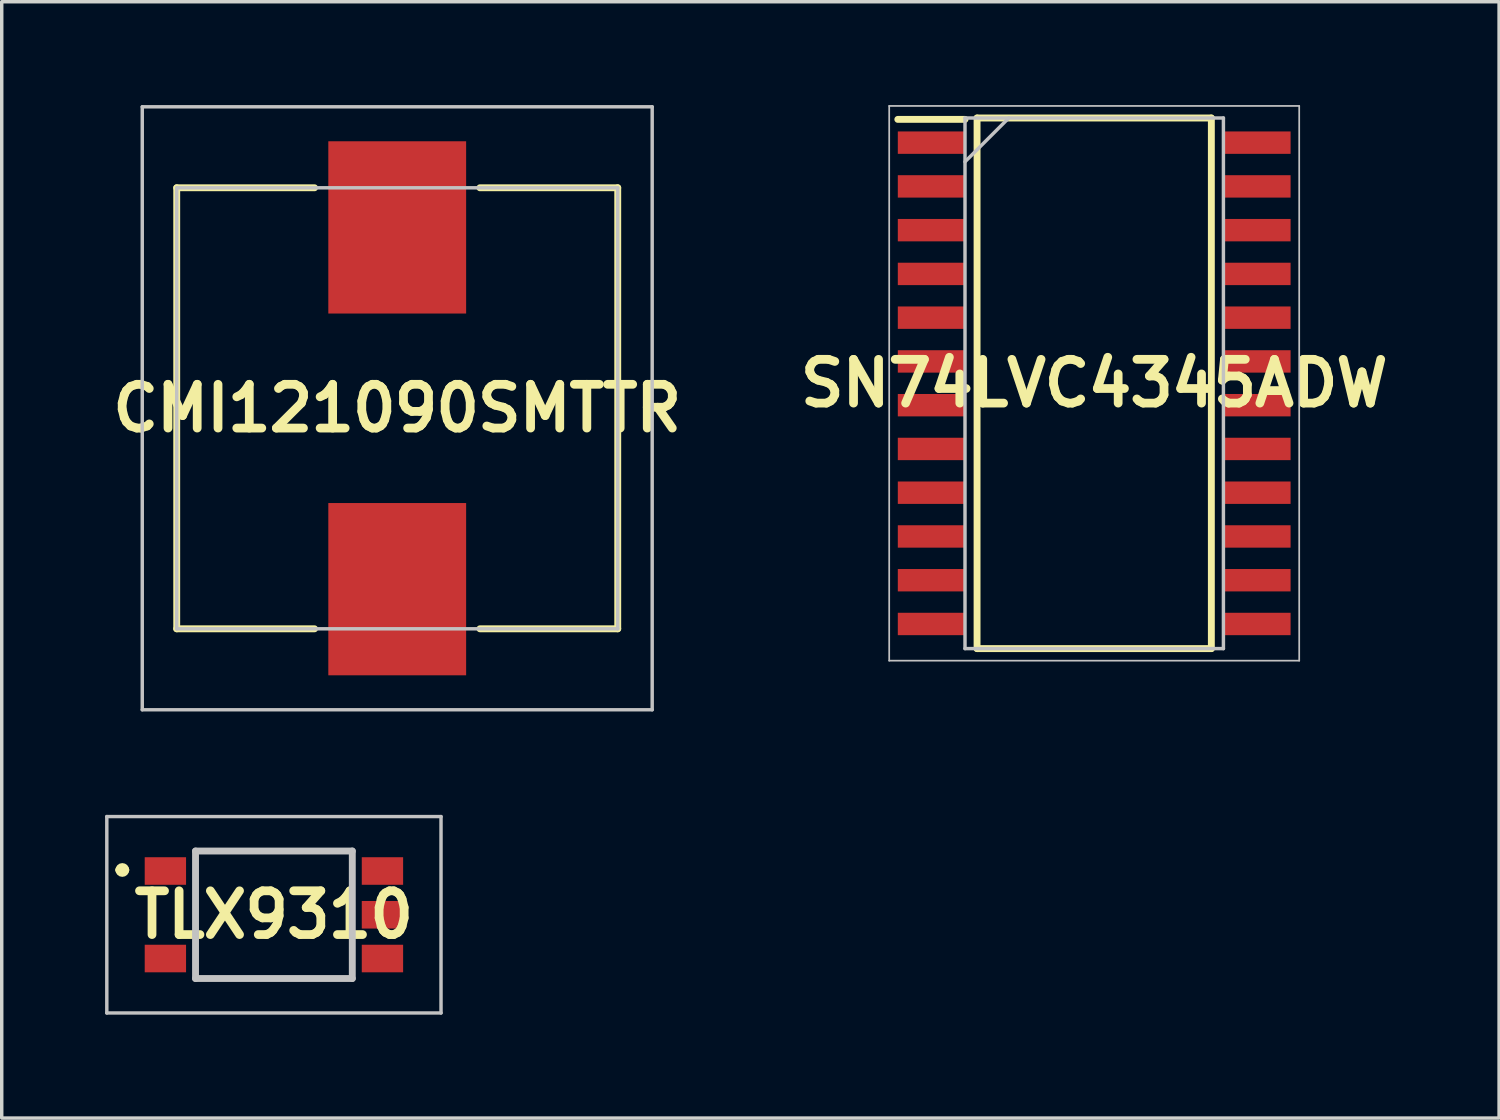
<source format=kicad_pcb>
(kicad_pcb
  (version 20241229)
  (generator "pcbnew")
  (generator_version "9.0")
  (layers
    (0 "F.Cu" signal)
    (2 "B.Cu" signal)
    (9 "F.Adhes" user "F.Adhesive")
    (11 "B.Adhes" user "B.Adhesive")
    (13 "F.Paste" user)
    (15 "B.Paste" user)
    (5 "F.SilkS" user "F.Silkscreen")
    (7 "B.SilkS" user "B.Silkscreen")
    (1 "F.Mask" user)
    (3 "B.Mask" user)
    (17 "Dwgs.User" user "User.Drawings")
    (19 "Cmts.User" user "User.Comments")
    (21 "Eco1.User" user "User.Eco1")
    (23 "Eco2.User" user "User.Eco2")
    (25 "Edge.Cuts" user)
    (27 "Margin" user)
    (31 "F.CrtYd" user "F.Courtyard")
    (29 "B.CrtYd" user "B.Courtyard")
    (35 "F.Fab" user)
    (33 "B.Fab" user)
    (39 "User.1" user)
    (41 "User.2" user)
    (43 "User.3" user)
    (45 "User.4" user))
  (footprint "CMI121090SMTTR"
    (layer "F.Cu")
    (at 8.479 8.8)
    (property "Reference" "CMI121090SMTTR" (at 0 0 0) (layer "F.SilkS") (effects (font (size 1.27 1.27) (thickness 0.254))))
    (attr smd)
    (fp_line (start -6.4 -6.4) (end -6.4 6.4) (stroke (width 0.2) (type solid)) (layer "F.SilkS"))
    (fp_line (start -6.4 6.4) (end -2.4 6.4) (stroke (width 0.2) (type solid)) (layer "F.SilkS"))
    (fp_line (start -2.4 -6.4) (end -6.4 -6.4) (stroke (width 0.2) (type solid)) (layer "F.SilkS"))
    (fp_line (start 2.4 6.4) (end 6.4 6.4) (stroke (width 0.2) (type solid)) (layer "F.SilkS"))
    (fp_line (start 6.4 -6.4) (end 2.4 -6.4) (stroke (width 0.2) (type solid)) (layer "F.SilkS"))
    (fp_line (start 6.4 6.4) (end 6.4 -6.4) (stroke (width 0.2) (type solid)) (layer "F.SilkS"))
    (fp_line (start -7.4 -8.75) (end 7.4 -8.75) (stroke (width 0.1) (type solid)) (layer "Dwgs.User"))
    (fp_line (start -7.4 8.75) (end -7.4 -8.75) (stroke (width 0.1) (type solid)) (layer "Dwgs.User"))
    (fp_line (start -6.4 -6.4) (end 6.4 -6.4) (stroke (width 0.1) (type solid)) (layer "Dwgs.User"))
    (fp_line (start -6.4 6.4) (end -6.4 -6.4) (stroke (width 0.1) (type solid)) (layer "Dwgs.User"))
    (fp_line (start 6.4 -6.4) (end 6.4 6.4) (stroke (width 0.1) (type solid)) (layer "Dwgs.User"))
    (fp_line (start 6.4 6.4) (end -6.4 6.4) (stroke (width 0.1) (type solid)) (layer "Dwgs.User"))
    (fp_line (start 7.4 -8.75) (end 7.4 8.75) (stroke (width 0.1) (type solid)) (layer "Dwgs.User"))
    (fp_line (start 7.4 8.75) (end -7.4 8.75) (stroke (width 0.1) (type solid)) (layer "Dwgs.User"))
    (pad "1" smd rect (at 0 5.25) (size 4 5) (layers "F.Cu" "F.Mask" "F.Paste"))
    (pad "2" smd rect (at 0 -5.25) (size 4 5) (layers "F.Cu" "F.Mask" "F.Paste")))
  (footprint "SN74LVC4345ADW"
    (layer "F.Cu")
    (at 28.708 8.075)
    (property "Reference" "SN74LVC4345ADW" (at 0 0 0) (layer "F.SilkS") (effects (font (size 1.27 1.27) (thickness 0.254))))
    (attr smd)
    (fp_line (start -5.7 -7.66) (end -3.75 -7.66) (stroke (width 0.2) (type solid)) (layer "F.SilkS"))
    (fp_line (start -3.4 -7.7) (end 3.4 -7.7) (stroke (width 0.2) (type solid)) (layer "F.SilkS"))
    (fp_line (start -3.4 7.7) (end -3.4 -7.7) (stroke (width 0.2) (type solid)) (layer "F.SilkS"))
    (fp_line (start 3.4 -7.7) (end 3.4 7.7) (stroke (width 0.2) (type solid)) (layer "F.SilkS"))
    (fp_line (start 3.4 7.7) (end -3.4 7.7) (stroke (width 0.2) (type solid)) (layer "F.SilkS"))
    (fp_line (start -5.95 -8.05) (end 5.95 -8.05) (stroke (width 0.05) (type solid)) (layer "Dwgs.User"))
    (fp_line (start -5.95 8.05) (end -5.95 -8.05) (stroke (width 0.05) (type solid)) (layer "Dwgs.User"))
    (fp_line (start -3.75 -7.7) (end 3.75 -7.7) (stroke (width 0.1) (type solid)) (layer "Dwgs.User"))
    (fp_line (start -3.75 -6.43) (end -2.48 -7.7) (stroke (width 0.1) (type solid)) (layer "Dwgs.User"))
    (fp_line (start -3.75 7.7) (end -3.75 -7.7) (stroke (width 0.1) (type solid)) (layer "Dwgs.User"))
    (fp_line (start 3.75 -7.7) (end 3.75 7.7) (stroke (width 0.1) (type solid)) (layer "Dwgs.User"))
    (fp_line (start 3.75 7.7) (end -3.75 7.7) (stroke (width 0.1) (type solid)) (layer "Dwgs.User"))
    (fp_line (start 5.95 -8.05) (end 5.95 8.05) (stroke (width 0.05) (type solid)) (layer "Dwgs.User"))
    (fp_line (start 5.95 8.05) (end -5.95 8.05) (stroke (width 0.05) (type solid)) (layer "Dwgs.User"))
    (pad "1" smd rect (at -4.725 -6.985 90) (size 0.65 1.95) (layers "F.Cu" "F.Mask" "F.Paste"))
    (pad "2" smd rect (at -4.725 -5.715 90) (size 0.65 1.95) (layers "F.Cu" "F.Mask" "F.Paste"))
    (pad "3" smd rect (at -4.725 -4.445 90) (size 0.65 1.95) (layers "F.Cu" "F.Mask" "F.Paste"))
    (pad "4" smd rect (at -4.725 -3.175 90) (size 0.65 1.95) (layers "F.Cu" "F.Mask" "F.Paste"))
    (pad "5" smd rect (at -4.725 -1.905 90) (size 0.65 1.95) (layers "F.Cu" "F.Mask" "F.Paste"))
    (pad "6" smd rect (at -4.725 -0.635 90) (size 0.65 1.95) (layers "F.Cu" "F.Mask" "F.Paste"))
    (pad "7" smd rect (at -4.725 0.635 90) (size 0.65 1.95) (layers "F.Cu" "F.Mask" "F.Paste"))
    (pad "8" smd rect (at -4.725 1.905 90) (size 0.65 1.95) (layers "F.Cu" "F.Mask" "F.Paste"))
    (pad "9" smd rect (at -4.725 3.175 90) (size 0.65 1.95) (layers "F.Cu" "F.Mask" "F.Paste"))
    (pad "10" smd rect (at -4.725 4.445 90) (size 0.65 1.95) (layers "F.Cu" "F.Mask" "F.Paste"))
    (pad "11" smd rect (at -4.725 5.715 90) (size 0.65 1.95) (layers "F.Cu" "F.Mask" "F.Paste"))
    (pad "12" smd rect (at -4.725 6.985 90) (size 0.65 1.95) (layers "F.Cu" "F.Mask" "F.Paste"))
    (pad "13" smd rect (at 4.725 6.985 90) (size 0.65 1.95) (layers "F.Cu" "F.Mask" "F.Paste"))
    (pad "14" smd rect (at 4.725 5.715 90) (size 0.65 1.95) (layers "F.Cu" "F.Mask" "F.Paste"))
    (pad "15" smd rect (at 4.725 4.445 90) (size 0.65 1.95) (layers "F.Cu" "F.Mask" "F.Paste"))
    (pad "16" smd rect (at 4.725 3.175 90) (size 0.65 1.95) (layers "F.Cu" "F.Mask" "F.Paste"))
    (pad "17" smd rect (at 4.725 1.905 90) (size 0.65 1.95) (layers "F.Cu" "F.Mask" "F.Paste"))
    (pad "18" smd rect (at 4.725 0.635 90) (size 0.65 1.95) (layers "F.Cu" "F.Mask" "F.Paste"))
    (pad "19" smd rect (at 4.725 -0.635 90) (size 0.65 1.95) (layers "F.Cu" "F.Mask" "F.Paste"))
    (pad "20" smd rect (at 4.725 -1.905 90) (size 0.65 1.95) (layers "F.Cu" "F.Mask" "F.Paste"))
    (pad "21" smd rect (at 4.725 -3.175 90) (size 0.65 1.95) (layers "F.Cu" "F.Mask" "F.Paste"))
    (pad "22" smd rect (at 4.725 -4.445 90) (size 0.65 1.95) (layers "F.Cu" "F.Mask" "F.Paste"))
    (pad "23" smd rect (at 4.725 -5.715 90) (size 0.65 1.95) (layers "F.Cu" "F.Mask" "F.Paste"))
    (pad "24" smd rect (at 4.725 -6.985 90) (size 0.65 1.95) (layers "F.Cu" "F.Mask" "F.Paste")))
  (footprint "TLX9310"
    (layer "F.Cu")
    (at 4.9 23.5)
    (property "Reference" "TLX9310" (at 0 0 0) (layer "F.SilkS") (effects (font (size 1.27 1.27) (thickness 0.254))))
    (attr smd)
    (fp_line (start -4.5 -1.3) (end -4.5 -1.3) (stroke (width 0.2) (type solid)) (layer "F.SilkS"))
    (fp_line (start -4.3 -1.3) (end -4.3 -1.3) (stroke (width 0.2) (type solid)) (layer "F.SilkS"))
    (fp_line (start -2.275 -1.85) (end 2.275 -1.85) (stroke (width 0.1) (type solid)) (layer "F.SilkS"))
    (fp_line (start -2.275 1.85) (end -2.275 -1.85) (stroke (width 0.1) (type solid)) (layer "F.SilkS"))
    (fp_line (start 2.275 -1.85) (end 2.275 1.85) (stroke (width 0.1) (type solid)) (layer "F.SilkS"))
    (fp_line (start 2.275 1.85) (end -2.275 1.85) (stroke (width 0.1) (type solid)) (layer "F.SilkS"))
    (fp_arc (start -4.5 -1.3) (mid -4.4 -1.4) (end -4.3 -1.3) (stroke (width 0.2) (type solid)) (layer "F.SilkS"))
    (fp_arc (start -4.3 -1.3) (mid -4.4 -1.2) (end -4.5 -1.3) (stroke (width 0.2) (type solid)) (layer "F.SilkS"))
    (fp_line (start -4.85 -2.85) (end 4.85 -2.85) (stroke (width 0.1) (type solid)) (layer "Dwgs.User"))
    (fp_line (start -4.85 2.85) (end -4.85 -2.85) (stroke (width 0.1) (type solid)) (layer "Dwgs.User"))
    (fp_line (start -2.275 -1.85) (end 2.275 -1.85) (stroke (width 0.2) (type solid)) (layer "Dwgs.User"))
    (fp_line (start -2.275 1.85) (end -2.275 -1.85) (stroke (width 0.2) (type solid)) (layer "Dwgs.User"))
    (fp_line (start 2.275 -1.85) (end 2.275 1.85) (stroke (width 0.2) (type solid)) (layer "Dwgs.User"))
    (fp_line (start 2.275 1.85) (end -2.275 1.85) (stroke (width 0.2) (type solid)) (layer "Dwgs.User"))
    (fp_line (start 4.85 -2.85) (end 4.85 2.85) (stroke (width 0.1) (type solid)) (layer "Dwgs.User"))
    (fp_line (start 4.85 2.85) (end -4.85 2.85) (stroke (width 0.1) (type solid)) (layer "Dwgs.User"))
    (pad "1" smd rect (at -3.15 -1.27 90) (size 0.8 1.2) (layers "F.Cu" "F.Mask" "F.Paste"))
    (pad "3" smd rect (at -3.15 1.27 90) (size 0.8 1.2) (layers "F.Cu" "F.Mask" "F.Paste"))
    (pad "4" smd rect (at 3.15 1.27 90) (size 0.8 1.2) (layers "F.Cu" "F.Mask" "F.Paste"))
    (pad "5" smd rect (at 3.15 0 90) (size 0.8 1.2) (layers "F.Cu" "F.Mask" "F.Paste"))
    (pad "6" smd rect (at 3.15 -1.27 90) (size 0.8 1.2) (layers "F.Cu" "F.Mask" "F.Paste")))
  (gr_rect
    (start -3 -3)
    (end 40.459 29.4)
    (stroke (width 0.1) (type default))
    (fill no)
    (layer "Edge.Cuts")))
</source>
